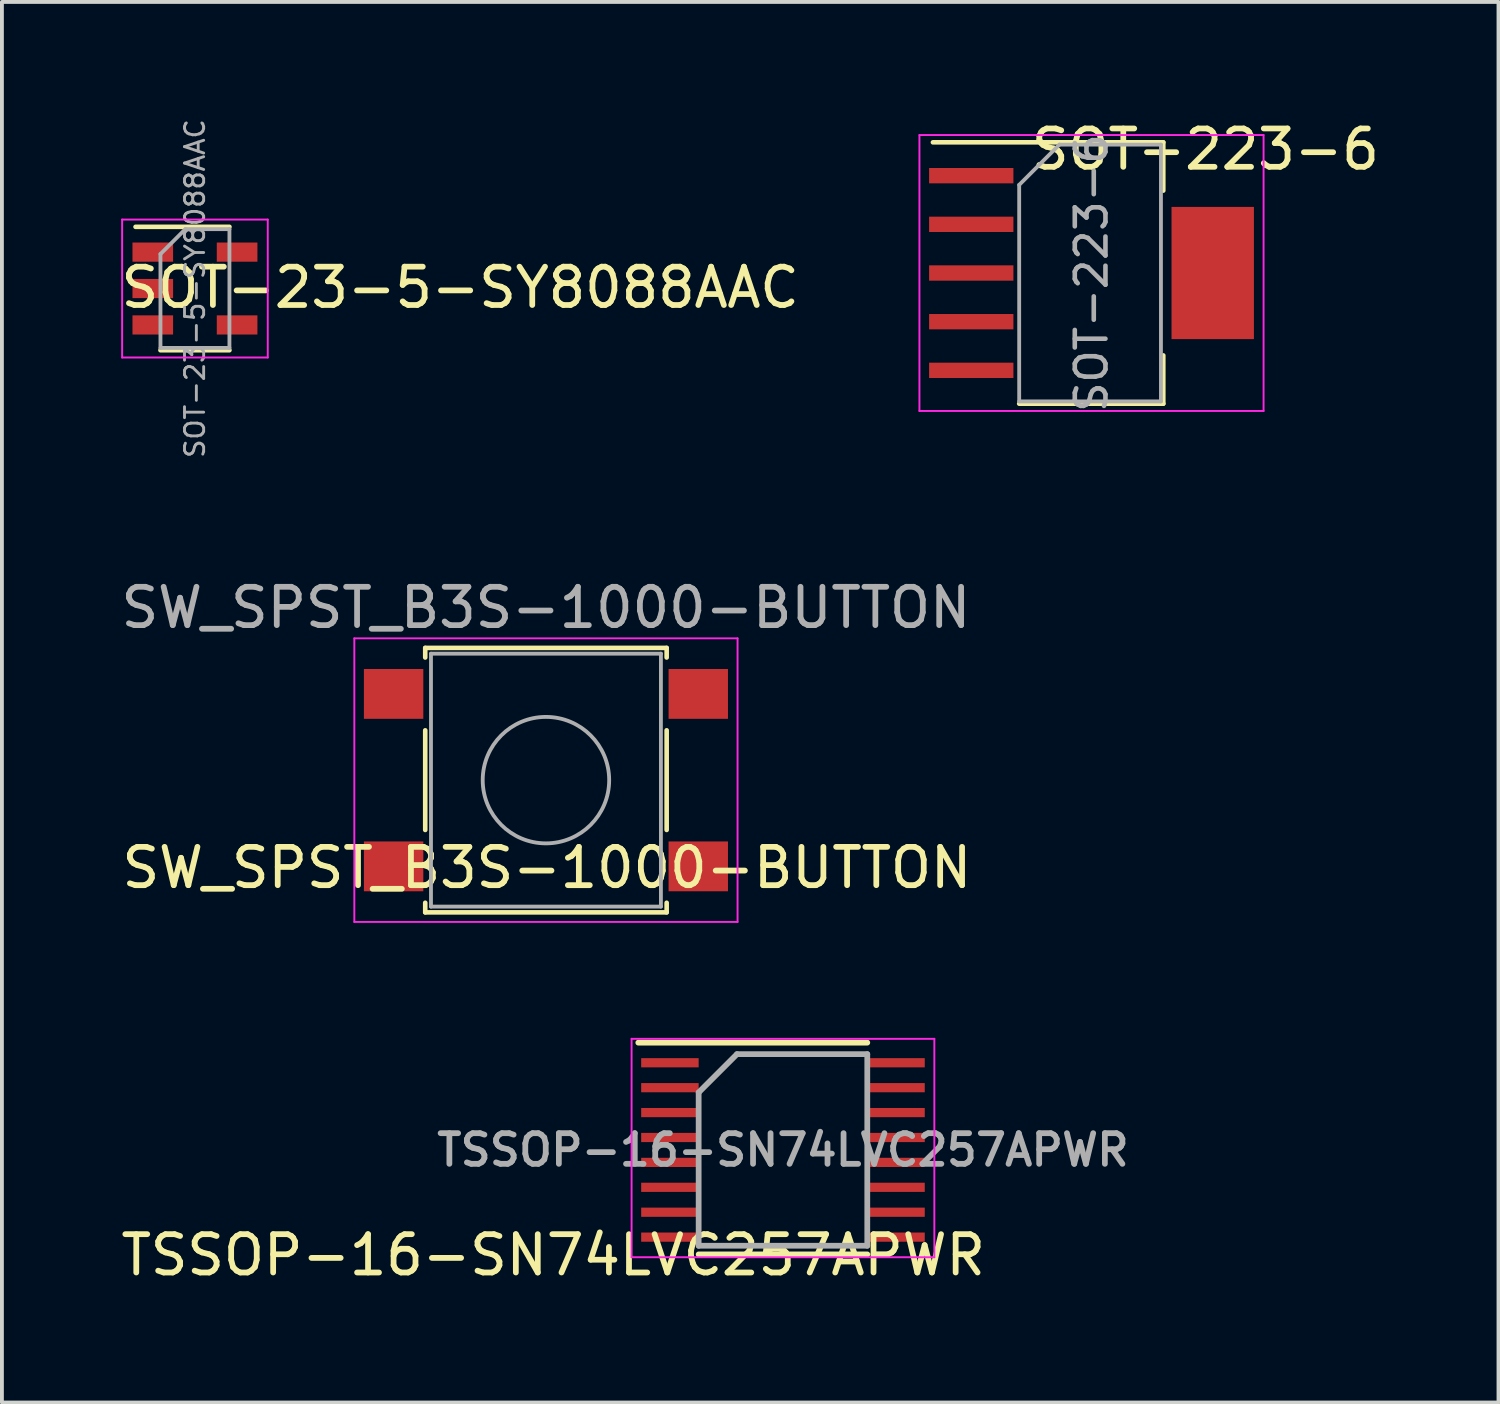
<source format=kicad_pcb>
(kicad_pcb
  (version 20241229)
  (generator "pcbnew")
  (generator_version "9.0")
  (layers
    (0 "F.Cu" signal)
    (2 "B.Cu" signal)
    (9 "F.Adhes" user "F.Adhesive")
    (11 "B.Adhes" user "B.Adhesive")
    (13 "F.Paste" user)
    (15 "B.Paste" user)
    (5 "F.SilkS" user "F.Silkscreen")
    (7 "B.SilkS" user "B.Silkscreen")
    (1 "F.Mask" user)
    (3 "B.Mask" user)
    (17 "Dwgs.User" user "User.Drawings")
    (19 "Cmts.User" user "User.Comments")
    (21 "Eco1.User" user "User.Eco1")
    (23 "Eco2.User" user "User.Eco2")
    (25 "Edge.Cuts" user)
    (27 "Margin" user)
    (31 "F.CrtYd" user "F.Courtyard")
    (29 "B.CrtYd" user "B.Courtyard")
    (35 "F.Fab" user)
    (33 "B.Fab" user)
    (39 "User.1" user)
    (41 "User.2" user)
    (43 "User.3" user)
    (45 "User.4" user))
  (footprint "SOT-223-6"
    (layer "F.Cu")
    (at 25.432 4.074)
    (property "Reference" "SOT-223-6" (at 2.972 -3.226 0) (layer "F.SilkS") (effects (font (size 1 1) (thickness 0.15))))
    (attr smd)
    (fp_line (start -4.138 -3.41) (end 1.873 -3.41) (stroke (width 0.12) (type solid)) (layer "F.SilkS"))
    (fp_line (start -1.887 3.41) (end 1.873 3.41) (stroke (width 0.12) (type solid)) (layer "F.SilkS"))
    (fp_line (start 1.873 -3.41) (end 1.873 -2.15) (stroke (width 0.12) (type solid)) (layer "F.SilkS"))
    (fp_line (start 1.873 3.41) (end 1.873 2.15) (stroke (width 0.12) (type solid)) (layer "F.SilkS"))
    (fp_line (start -4.49 -3.6) (end -4.49 3.6) (stroke (width 0.05) (type solid)) (layer "F.CrtYd"))
    (fp_line (start -4.49 -3.6) (end 4.49 -3.6) (stroke (width 0.05) (type solid)) (layer "F.CrtYd"))
    (fp_line (start 4.49 3.6) (end -4.49 3.6) (stroke (width 0.05) (type solid)) (layer "F.CrtYd"))
    (fp_line (start 4.49 3.6) (end 4.49 -3.6) (stroke (width 0.05) (type solid)) (layer "F.CrtYd"))
    (fp_line (start -1.887 -2.3) (end -1.887 3.35) (stroke (width 0.1) (type solid)) (layer "F.Fab"))
    (fp_line (start -1.887 -2.3) (end -0.838 -3.35) (stroke (width 0.1) (type solid)) (layer "F.Fab"))
    (fp_line (start -1.887 3.35) (end 1.812 3.35) (stroke (width 0.1) (type solid)) (layer "F.Fab"))
    (fp_line (start -0.838 -3.35) (end 1.812 -3.35) (stroke (width 0.1) (type solid)) (layer "F.Fab"))
    (fp_line (start 1.812 -3.35) (end 1.812 3.35) (stroke (width 0.1) (type solid)) (layer "F.Fab"))
    (fp_text user "${REFERENCE}" (at 0 0 90) (layer "F.Fab") (effects (font (size 0.8 0.8) (thickness 0.12))))
    (pad "1" smd rect (at -3.138 -2.54) (size 2.2 0.4) (layers "F.Cu" "F.Mask" "F.Paste"))
    (pad "2" smd rect (at -3.138 -1.27) (size 2.2 0.4) (layers "F.Cu" "F.Mask" "F.Paste"))
    (pad "3" smd rect (at -3.138 0) (size 2.2 0.4) (layers "F.Cu" "F.Mask" "F.Paste"))
    (pad "4" smd rect (at -3.138 1.27) (size 2.2 0.4) (layers "F.Cu" "F.Mask" "F.Paste"))
    (pad "5" smd rect (at -3.138 2.54) (size 2.2 0.4) (layers "F.Cu" "F.Mask" "F.Paste"))
    (pad "6" smd rect (at 3.163 0) (size 2.15 3.45) (layers "F.Cu" "F.Mask" "F.Paste")))
  (footprint "TSSOP-16-SN74LVC257APWR"
    (layer "F.Cu")
    (at 17.381 26.957)
    (property "Reference" "TSSOP-16-SN74LVC257APWR" (at -5.994 2.743 0) (layer "F.SilkS") (effects (font (size 1 1) (thickness 0.15))))
    (attr smd)
    (fp_line (start -3.775 -2.8) (end 2.2 -2.8) (stroke (width 0.15) (type solid)) (layer "F.SilkS"))
    (fp_line (start -2.2 2.725) (end 2.2 2.725) (stroke (width 0.15) (type solid)) (layer "F.SilkS"))
    (fp_line (start -3.95 -2.9) (end -3.95 2.8) (stroke (width 0.05) (type solid)) (layer "F.CrtYd"))
    (fp_line (start -3.95 -2.9) (end 3.95 -2.9) (stroke (width 0.05) (type solid)) (layer "F.CrtYd"))
    (fp_line (start -3.95 2.8) (end 3.95 2.8) (stroke (width 0.05) (type solid)) (layer "F.CrtYd"))
    (fp_line (start 3.95 -2.9) (end 3.95 2.8) (stroke (width 0.05) (type solid)) (layer "F.CrtYd"))
    (fp_line (start -2.2 -1.5) (end -1.2 -2.5) (stroke (width 0.15) (type solid)) (layer "F.Fab"))
    (fp_line (start -2.2 2.5) (end -2.2 -1.5) (stroke (width 0.15) (type solid)) (layer "F.Fab"))
    (fp_line (start -1.2 -2.5) (end 2.2 -2.5) (stroke (width 0.15) (type solid)) (layer "F.Fab"))
    (fp_line (start 2.2 -2.5) (end 2.2 2.5) (stroke (width 0.15) (type solid)) (layer "F.Fab"))
    (fp_line (start 2.2 2.5) (end -2.2 2.5) (stroke (width 0.15) (type solid)) (layer "F.Fab"))
    (fp_text user "${REFERENCE}" (at 0 0 0) (layer "F.Fab") (effects (font (size 0.8 0.8) (thickness 0.15))))
    (pad "1" smd rect (at -2.95 -2.275) (size 1.5 0.24) (layers "F.Cu" "F.Mask" "F.Paste"))
    (pad "2" smd rect (at -2.95 -1.625) (size 1.5 0.24) (layers "F.Cu" "F.Mask" "F.Paste"))
    (pad "3" smd rect (at -2.95 -0.975) (size 1.5 0.24) (layers "F.Cu" "F.Mask" "F.Paste"))
    (pad "4" smd rect (at -2.95 -0.325) (size 1.5 0.24) (layers "F.Cu" "F.Mask" "F.Paste"))
    (pad "5" smd rect (at -2.95 0.325) (size 1.5 0.24) (layers "F.Cu" "F.Mask" "F.Paste"))
    (pad "6" smd rect (at -2.95 0.975) (size 1.5 0.24) (layers "F.Cu" "F.Mask" "F.Paste"))
    (pad "7" smd rect (at -2.95 1.625) (size 1.5 0.24) (layers "F.Cu" "F.Mask" "F.Paste"))
    (pad "8" smd rect (at -2.95 2.275) (size 1.5 0.24) (layers "F.Cu" "F.Mask" "F.Paste"))
    (pad "9" smd rect (at 2.95 2.275) (size 1.5 0.24) (layers "F.Cu" "F.Mask" "F.Paste"))
    (pad "10" smd rect (at 2.95 1.625) (size 1.5 0.24) (layers "F.Cu" "F.Mask" "F.Paste"))
    (pad "11" smd rect (at 2.95 0.975) (size 1.5 0.24) (layers "F.Cu" "F.Mask" "F.Paste"))
    (pad "12" smd rect (at 2.95 0.325) (size 1.5 0.24) (layers "F.Cu" "F.Mask" "F.Paste"))
    (pad "13" smd rect (at 2.95 -0.325) (size 1.5 0.24) (layers "F.Cu" "F.Mask" "F.Paste"))
    (pad "14" smd rect (at 2.95 -0.975) (size 1.5 0.24) (layers "F.Cu" "F.Mask" "F.Paste"))
    (pad "15" smd rect (at 2.95 -1.625) (size 1.5 0.24) (layers "F.Cu" "F.Mask" "F.Paste"))
    (pad "16" smd rect (at 2.95 -2.275) (size 1.5 0.24) (layers "F.Cu" "F.Mask" "F.Paste")))
  (footprint "SW_SPST_B3S-1000-BUTTON"
    (layer "F.Cu")
    (at 11.196 17.307)
    (property "Reference" "SW_SPST_B3S-1000-BUTTON" (at 0.025 2.286 0) (layer "F.SilkS") (effects (font (size 1 1) (thickness 0.15))))
    (attr smd)
    (fp_line (start -3.15 -3.45) (end 3.15 -3.45) (stroke (width 0.12) (type solid)) (layer "F.SilkS"))
    (fp_line (start -3.15 -3.2) (end -3.15 -3.45) (stroke (width 0.12) (type solid)) (layer "F.SilkS"))
    (fp_line (start -3.15 1.3) (end -3.15 -1.3) (stroke (width 0.12) (type solid)) (layer "F.SilkS"))
    (fp_line (start -3.15 3.45) (end -3.15 3.2) (stroke (width 0.12) (type solid)) (layer "F.SilkS"))
    (fp_line (start 3.15 -3.45) (end 3.15 -3.2) (stroke (width 0.12) (type solid)) (layer "F.SilkS"))
    (fp_line (start 3.15 -1.3) (end 3.15 1.3) (stroke (width 0.12) (type solid)) (layer "F.SilkS"))
    (fp_line (start 3.15 3.2) (end 3.15 3.45) (stroke (width 0.12) (type solid)) (layer "F.SilkS"))
    (fp_line (start 3.15 3.45) (end -3.15 3.45) (stroke (width 0.12) (type solid)) (layer "F.SilkS"))
    (fp_line (start -5 -3.7) (end -5 3.7) (stroke (width 0.05) (type solid)) (layer "F.CrtYd"))
    (fp_line (start -5 3.7) (end 5 3.7) (stroke (width 0.05) (type solid)) (layer "F.CrtYd"))
    (fp_line (start 5 -3.7) (end -5 -3.7) (stroke (width 0.05) (type solid)) (layer "F.CrtYd"))
    (fp_line (start 5 3.7) (end 5 -3.7) (stroke (width 0.05) (type solid)) (layer "F.CrtYd"))
    (fp_line (start -3 -3.3) (end 3 -3.3) (stroke (width 0.1) (type solid)) (layer "F.Fab"))
    (fp_line (start -3 3.3) (end -3 -3.3) (stroke (width 0.1) (type solid)) (layer "F.Fab"))
    (fp_line (start 3 -3.3) (end 3 3.3) (stroke (width 0.1) (type solid)) (layer "F.Fab"))
    (fp_line (start 3 3.3) (end -3 3.3) (stroke (width 0.1) (type solid)) (layer "F.Fab"))
    (fp_circle (center 0 0) (end 1.65 0) (stroke (width 0.1) (type solid)) (fill no) (layer "F.Fab"))
    (fp_text user "${REFERENCE}" (at 0 -4.5 0) (layer "F.Fab") (effects (font (size 1 1) (thickness 0.15))))
    (pad "1" smd rect (at -3.975 -2.25) (size 1.55 1.3) (layers "F.Cu" "F.Mask" "F.Paste"))
    (pad "1" smd rect (at 3.975 -2.25) (size 1.55 1.3) (layers "F.Cu" "F.Mask" "F.Paste"))
    (pad "2" smd rect (at -3.975 2.25) (size 1.55 1.3) (layers "F.Cu" "F.Mask" "F.Paste"))
    (pad "2" smd rect (at 3.975 2.25) (size 1.55 1.3) (layers "F.Cu" "F.Mask" "F.Paste")))
  (footprint "SOT-23-5-SY8088AAC"
    (layer "F.Cu")
    (at 2.037 4.479)
    (property "Reference" "SOT-23-5-SY8088AAC" (at 6.921 -0.025 0) (layer "F.SilkS") (effects (font (size 1 1) (thickness 0.15))))
    (attr smd)
    (fp_line (start -0.9 1.61) (end 0.9 1.61) (stroke (width 0.12) (type solid)) (layer "F.SilkS"))
    (fp_line (start 0.9 -1.61) (end -1.55 -1.61) (stroke (width 0.12) (type solid)) (layer "F.SilkS"))
    (fp_line (start -1.9 -1.8) (end 1.9 -1.8) (stroke (width 0.05) (type solid)) (layer "F.CrtYd"))
    (fp_line (start -1.9 1.8) (end -1.9 -1.8) (stroke (width 0.05) (type solid)) (layer "F.CrtYd"))
    (fp_line (start 1.9 -1.8) (end 1.9 1.8) (stroke (width 0.05) (type solid)) (layer "F.CrtYd"))
    (fp_line (start 1.9 1.8) (end -1.9 1.8) (stroke (width 0.05) (type solid)) (layer "F.CrtYd"))
    (fp_line (start -0.9 -0.9) (end -0.9 1.55) (stroke (width 0.1) (type solid)) (layer "F.Fab"))
    (fp_line (start -0.9 -0.9) (end -0.25 -1.55) (stroke (width 0.1) (type solid)) (layer "F.Fab"))
    (fp_line (start 0.9 -1.55) (end -0.25 -1.55) (stroke (width 0.1) (type solid)) (layer "F.Fab"))
    (fp_line (start 0.9 -1.55) (end 0.9 1.55) (stroke (width 0.1) (type solid)) (layer "F.Fab"))
    (fp_line (start 0.9 1.55) (end -0.9 1.55) (stroke (width 0.1) (type solid)) (layer "F.Fab"))
    (fp_text user "${REFERENCE}" (at 0 0 90) (layer "F.Fab") (effects (font (size 0.5 0.5) (thickness 0.075))))
    (pad "1" smd rect (at -1.1 -0.95) (size 1.06 0.5) (layers "F.Cu" "F.Mask" "F.Paste"))
    (pad "2" smd rect (at -1.1 0) (size 1.06 0.5) (layers "F.Cu" "F.Mask" "F.Paste"))
    (pad "3" smd rect (at -1.1 0.95) (size 1.06 0.5) (layers "F.Cu" "F.Mask" "F.Paste"))
    (pad "4" smd rect (at 1.1 0.95) (size 1.06 0.5) (layers "F.Cu" "F.Mask" "F.Paste"))
    (pad "5" smd rect (at 1.1 -0.95) (size 1.06 0.5) (layers "F.Cu" "F.Mask" "F.Paste")))
  (gr_rect
    (start -3 -3)
    (end 36.052 33.548)
    (stroke (width 0.1) (type default))
    (fill no)
    (layer "Edge.Cuts")))
</source>
